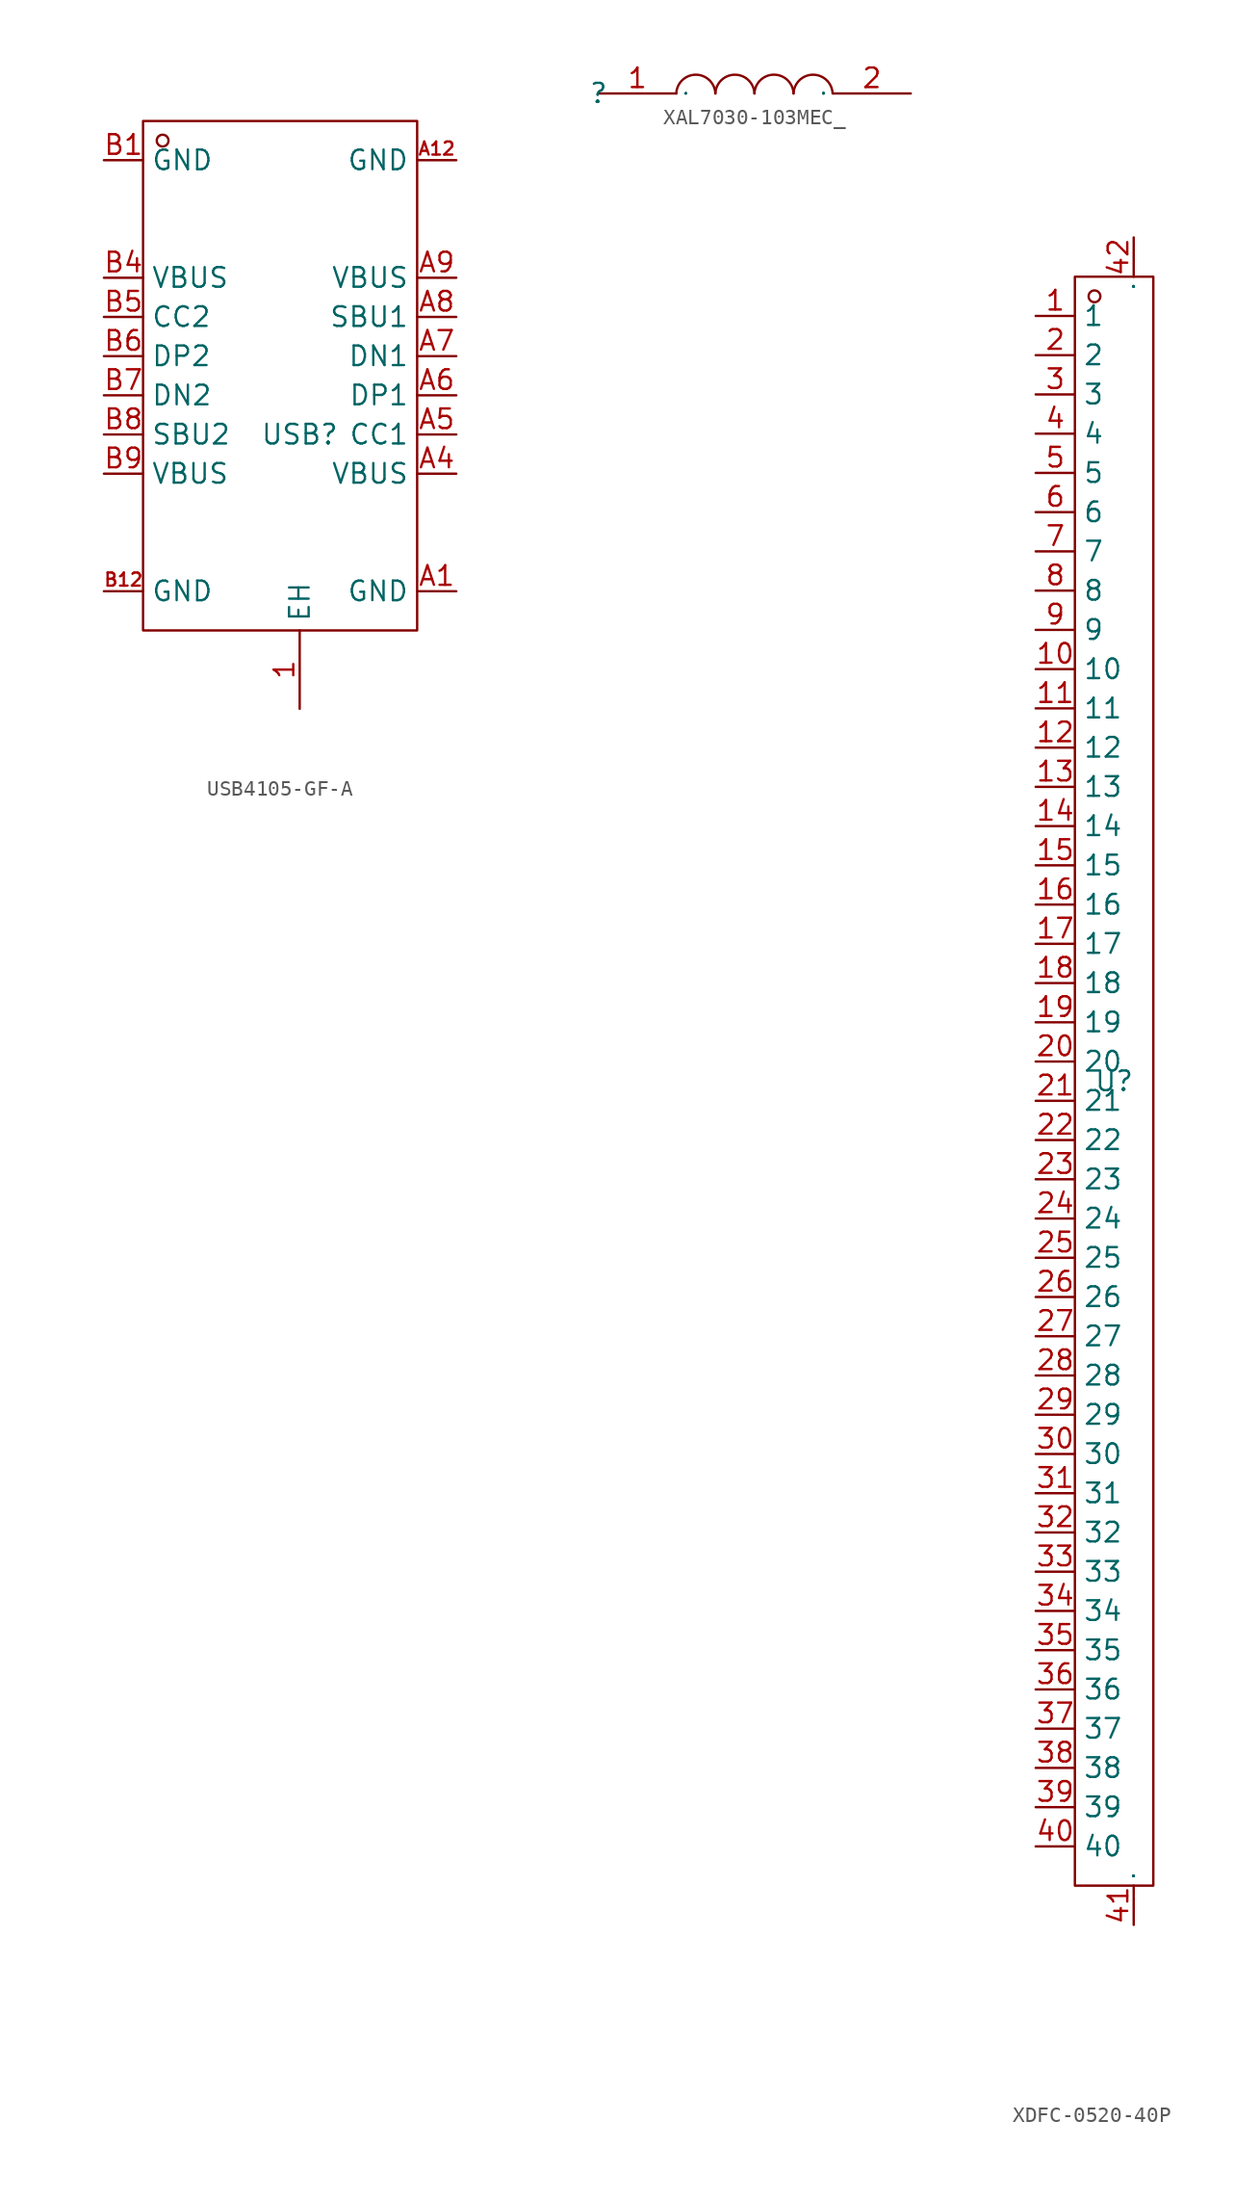
<source format=kicad_sym>
(kicad_symbol_lib
  (version 20231120)
  (generator "kicad_symbol_editor")
  (generator_version "8.0")
  (symbol "USB4105-GF-A"
    (property "Reference" "USB"
      (at 0 0 0)
      (effects (font (size 1.27 1.27))))
    (property "Value" ""
      (at 0 0 0)
      (effects (font (size 1.27 1.27))))
    (symbol "USB4105-GF-A_1_0"
      (rectangle (start -10.16 -12.7) (end 7.62 20.32) (stroke (width 0) (type default)) (fill (type none)))
      (circle (center -8.89 19.05) (radius 0.381) (stroke (width 0) (type default)) (fill (type none)))
      (pin unspecified line (at 0 -17.78 90) (length 5.08) (name "EH" (effects (font (size 1.27 1.27)))) (number "1" (effects (font (size 1.27 1.27)))))
      (pin unspecified line (at 10.16 -10.16 180) (length 2.54) (name "GND" (effects (font (size 1.27 1.27)))) (number "A1" (effects (font (size 1.27 1.27)))))
      (pin unspecified line (at 10.16 17.78 180) (length 2.54) (name "GND" (effects (font (size 1.27 1.27)))) (number "A12" (effects (font (size 0.847 0.847)))))
      (pin unspecified line (at 10.16 -2.54 180) (length 2.54) (name "VBUS" (effects (font (size 1.27 1.27)))) (number "A4" (effects (font (size 1.27 1.27)))))
      (pin unspecified line (at 10.16 0 180) (length 2.54) (name "CC1" (effects (font (size 1.27 1.27)))) (number "A5" (effects (font (size 1.27 1.27)))))
      (pin unspecified line (at 10.16 2.54 180) (length 2.54) (name "DP1" (effects (font (size 1.27 1.27)))) (number "A6" (effects (font (size 1.27 1.27)))))
      (pin unspecified line (at 10.16 5.08 180) (length 2.54) (name "DN1" (effects (font (size 1.27 1.27)))) (number "A7" (effects (font (size 1.27 1.27)))))
      (pin unspecified line (at 10.16 7.62 180) (length 2.54) (name "SBU1" (effects (font (size 1.27 1.27)))) (number "A8" (effects (font (size 1.27 1.27)))))
      (pin unspecified line (at 10.16 10.16 180) (length 2.54) (name "VBUS" (effects (font (size 1.27 1.27)))) (number "A9" (effects (font (size 1.27 1.27)))))
      (pin unspecified line (at -12.7 17.78 0) (length 2.54) (name "GND" (effects (font (size 1.27 1.27)))) (number "B1" (effects (font (size 1.27 1.27)))))
      (pin unspecified line (at -12.7 -10.16 0) (length 2.54) (name "GND" (effects (font (size 1.27 1.27)))) (number "B12" (effects (font (size 0.847 0.847)))))
      (pin unspecified line (at -12.7 10.16 0) (length 2.54) (name "VBUS" (effects (font (size 1.27 1.27)))) (number "B4" (effects (font (size 1.27 1.27)))))
      (pin unspecified line (at -12.7 7.62 0) (length 2.54) (name "CC2" (effects (font (size 1.27 1.27)))) (number "B5" (effects (font (size 1.27 1.27)))))
      (pin unspecified line (at -12.7 5.08 0) (length 2.54) (name "DP2" (effects (font (size 1.27 1.27)))) (number "B6" (effects (font (size 1.27 1.27)))))
      (pin unspecified line (at -12.7 2.54 0) (length 2.54) (name "DN2" (effects (font (size 1.27 1.27)))) (number "B7" (effects (font (size 1.27 1.27)))))
      (pin unspecified line (at -12.7 0 0) (length 2.54) (name "SBU2" (effects (font (size 1.27 1.27)))) (number "B8" (effects (font (size 1.27 1.27)))))
      (pin unspecified line (at -12.7 -2.54 0) (length 2.54) (name "VBUS" (effects (font (size 1.27 1.27)))) (number "B9" (effects (font (size 1.27 1.27)))))))
  (symbol "XAL7030-103MEC_"
    (property "Reference" ""
      (at 0 0 0)
      (effects (font (size 1.27 1.27))))
    (property "Value" ""
      (at 0 0 0)
      (effects (font (size 1.27 1.27))))
    (symbol "XAL7030-103MEC__1_0"
      (arc (start 7.5946 0) (mid 6.3246 1.2193) (end 5.0546 0) (stroke (width 0) (type default)) (fill (type none)))
      (arc (start 10.1346 0) (mid 8.8646 1.2193) (end 7.5946 0) (stroke (width 0) (type default)) (fill (type none)))
      (arc (start 12.6746 0) (mid 11.4045 1.2194) (end 10.1346 0) (stroke (width 0) (type default)) (fill (type none)))
      (arc (start 15.2146 0) (mid 13.9446 1.2193) (end 12.6746 0) (stroke (width 0) (type default)) (fill (type none)))
      (pin bidirectional line (at 0 0 0) (length 5.055) (name "1" (effects (font (size 0.025 0.025)))) (number "1" (effects (font (size 1.27 1.27)))))
      (pin bidirectional line (at 20.295 0 180) (length 5.055) (name "2" (effects (font (size 0.025 0.025)))) (number "2" (effects (font (size 1.27 1.27)))))))
  (symbol "XDFC-0520-40P"
    (property "Reference" "U"
      (at 0 0 0)
      (effects (font (size 1.27 1.27))))
    (property "Value" ""
      (at 0 0 0)
      (effects (font (size 1.27 1.27))))
    (symbol "XDFC-0520-40P_1_0"
      (rectangle (start -2.54 -52.07) (end 2.54 52.07) (stroke (width 0) (type default)) (fill (type none)))
      (circle (center -1.27 50.8) (radius 0.381) (stroke (width 0) (type default)) (fill (type none)))
      (pin unspecified line (at -5.08 49.53 0) (length 2.54) (name "1" (effects (font (size 1.27 1.27)))) (number "1" (effects (font (size 1.27 1.27)))))
      (pin unspecified line (at -5.08 26.67 0) (length 2.54) (name "10" (effects (font (size 1.27 1.27)))) (number "10" (effects (font (size 1.27 1.27)))))
      (pin unspecified line (at -5.08 24.13 0) (length 2.54) (name "11" (effects (font (size 1.27 1.27)))) (number "11" (effects (font (size 1.27 1.27)))))
      (pin unspecified line (at -5.08 21.59 0) (length 2.54) (name "12" (effects (font (size 1.27 1.27)))) (number "12" (effects (font (size 1.27 1.27)))))
      (pin unspecified line (at -5.08 19.05 0) (length 2.54) (name "13" (effects (font (size 1.27 1.27)))) (number "13" (effects (font (size 1.27 1.27)))))
      (pin unspecified line (at -5.08 16.51 0) (length 2.54) (name "14" (effects (font (size 1.27 1.27)))) (number "14" (effects (font (size 1.27 1.27)))))
      (pin unspecified line (at -5.08 13.97 0) (length 2.54) (name "15" (effects (font (size 1.27 1.27)))) (number "15" (effects (font (size 1.27 1.27)))))
      (pin unspecified line (at -5.08 11.43 0) (length 2.54) (name "16" (effects (font (size 1.27 1.27)))) (number "16" (effects (font (size 1.27 1.27)))))
      (pin unspecified line (at -5.08 8.89 0) (length 2.54) (name "17" (effects (font (size 1.27 1.27)))) (number "17" (effects (font (size 1.27 1.27)))))
      (pin unspecified line (at -5.08 6.35 0) (length 2.54) (name "18" (effects (font (size 1.27 1.27)))) (number "18" (effects (font (size 1.27 1.27)))))
      (pin unspecified line (at -5.08 3.81 0) (length 2.54) (name "19" (effects (font (size 1.27 1.27)))) (number "19" (effects (font (size 1.27 1.27)))))
      (pin unspecified line (at -5.08 46.99 0) (length 2.54) (name "2" (effects (font (size 1.27 1.27)))) (number "2" (effects (font (size 1.27 1.27)))))
      (pin unspecified line (at -5.08 1.27 0) (length 2.54) (name "20" (effects (font (size 1.27 1.27)))) (number "20" (effects (font (size 1.27 1.27)))))
      (pin unspecified line (at -5.08 -1.27 0) (length 2.54) (name "21" (effects (font (size 1.27 1.27)))) (number "21" (effects (font (size 1.27 1.27)))))
      (pin unspecified line (at -5.08 -3.81 0) (length 2.54) (name "22" (effects (font (size 1.27 1.27)))) (number "22" (effects (font (size 1.27 1.27)))))
      (pin unspecified line (at -5.08 -6.35 0) (length 2.54) (name "23" (effects (font (size 1.27 1.27)))) (number "23" (effects (font (size 1.27 1.27)))))
      (pin unspecified line (at -5.08 -8.89 0) (length 2.54) (name "24" (effects (font (size 1.27 1.27)))) (number "24" (effects (font (size 1.27 1.27)))))
      (pin unspecified line (at -5.08 -11.43 0) (length 2.54) (name "25" (effects (font (size 1.27 1.27)))) (number "25" (effects (font (size 1.27 1.27)))))
      (pin unspecified line (at -5.08 -13.97 0) (length 2.54) (name "26" (effects (font (size 1.27 1.27)))) (number "26" (effects (font (size 1.27 1.27)))))
      (pin unspecified line (at -5.08 -16.51 0) (length 2.54) (name "27" (effects (font (size 1.27 1.27)))) (number "27" (effects (font (size 1.27 1.27)))))
      (pin unspecified line (at -5.08 -19.05 0) (length 2.54) (name "28" (effects (font (size 1.27 1.27)))) (number "28" (effects (font (size 1.27 1.27)))))
      (pin unspecified line (at -5.08 -21.59 0) (length 2.54) (name "29" (effects (font (size 1.27 1.27)))) (number "29" (effects (font (size 1.27 1.27)))))
      (pin unspecified line (at -5.08 44.45 0) (length 2.54) (name "3" (effects (font (size 1.27 1.27)))) (number "3" (effects (font (size 1.27 1.27)))))
      (pin unspecified line (at -5.08 -24.13 0) (length 2.54) (name "30" (effects (font (size 1.27 1.27)))) (number "30" (effects (font (size 1.27 1.27)))))
      (pin unspecified line (at -5.08 -26.67 0) (length 2.54) (name "31" (effects (font (size 1.27 1.27)))) (number "31" (effects (font (size 1.27 1.27)))))
      (pin unspecified line (at -5.08 -29.21 0) (length 2.54) (name "32" (effects (font (size 1.27 1.27)))) (number "32" (effects (font (size 1.27 1.27)))))
      (pin unspecified line (at -5.08 -31.75 0) (length 2.54) (name "33" (effects (font (size 1.27 1.27)))) (number "33" (effects (font (size 1.27 1.27)))))
      (pin unspecified line (at -5.08 -34.29 0) (length 2.54) (name "34" (effects (font (size 1.27 1.27)))) (number "34" (effects (font (size 1.27 1.27)))))
      (pin unspecified line (at -5.08 -36.83 0) (length 2.54) (name "35" (effects (font (size 1.27 1.27)))) (number "35" (effects (font (size 1.27 1.27)))))
      (pin unspecified line (at -5.08 -39.37 0) (length 2.54) (name "36" (effects (font (size 1.27 1.27)))) (number "36" (effects (font (size 1.27 1.27)))))
      (pin unspecified line (at -5.08 -41.91 0) (length 2.54) (name "37" (effects (font (size 1.27 1.27)))) (number "37" (effects (font (size 1.27 1.27)))))
      (pin unspecified line (at -5.08 -44.45 0) (length 2.54) (name "38" (effects (font (size 1.27 1.27)))) (number "38" (effects (font (size 1.27 1.27)))))
      (pin unspecified line (at -5.08 -46.99 0) (length 2.54) (name "39" (effects (font (size 1.27 1.27)))) (number "39" (effects (font (size 1.27 1.27)))))
      (pin unspecified line (at -5.08 41.91 0) (length 2.54) (name "4" (effects (font (size 1.27 1.27)))) (number "4" (effects (font (size 1.27 1.27)))))
      (pin unspecified line (at -5.08 -49.53 0) (length 2.54) (name "40" (effects (font (size 1.27 1.27)))) (number "40" (effects (font (size 1.27 1.27)))))
      (pin unspecified line (at 1.27 -54.61 90) (length 2.54) (name "41" (effects (font (size 0.025 0.025)))) (number "41" (effects (font (size 1.27 1.27)))))
      (pin unspecified line (at 1.27 54.61 270) (length 2.54) (name "42" (effects (font (size 0.025 0.025)))) (number "42" (effects (font (size 1.27 1.27)))))
      (pin unspecified line (at -5.08 39.37 0) (length 2.54) (name "5" (effects (font (size 1.27 1.27)))) (number "5" (effects (font (size 1.27 1.27)))))
      (pin unspecified line (at -5.08 36.83 0) (length 2.54) (name "6" (effects (font (size 1.27 1.27)))) (number "6" (effects (font (size 1.27 1.27)))))
      (pin unspecified line (at -5.08 34.29 0) (length 2.54) (name "7" (effects (font (size 1.27 1.27)))) (number "7" (effects (font (size 1.27 1.27)))))
      (pin unspecified line (at -5.08 31.75 0) (length 2.54) (name "8" (effects (font (size 1.27 1.27)))) (number "8" (effects (font (size 1.27 1.27)))))
      (pin unspecified line (at -5.08 29.21 0) (length 2.54) (name "9" (effects (font (size 1.27 1.27)))) (number "9" (effects (font (size 1.27 1.27))))))))
</source>
